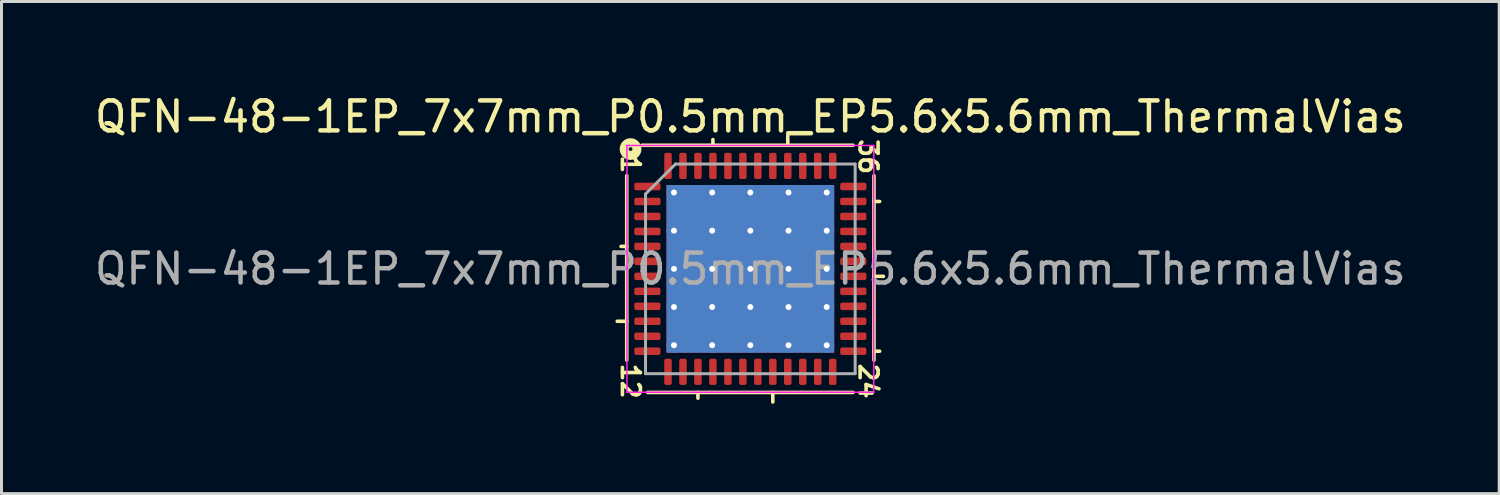
<source format=kicad_pcb>
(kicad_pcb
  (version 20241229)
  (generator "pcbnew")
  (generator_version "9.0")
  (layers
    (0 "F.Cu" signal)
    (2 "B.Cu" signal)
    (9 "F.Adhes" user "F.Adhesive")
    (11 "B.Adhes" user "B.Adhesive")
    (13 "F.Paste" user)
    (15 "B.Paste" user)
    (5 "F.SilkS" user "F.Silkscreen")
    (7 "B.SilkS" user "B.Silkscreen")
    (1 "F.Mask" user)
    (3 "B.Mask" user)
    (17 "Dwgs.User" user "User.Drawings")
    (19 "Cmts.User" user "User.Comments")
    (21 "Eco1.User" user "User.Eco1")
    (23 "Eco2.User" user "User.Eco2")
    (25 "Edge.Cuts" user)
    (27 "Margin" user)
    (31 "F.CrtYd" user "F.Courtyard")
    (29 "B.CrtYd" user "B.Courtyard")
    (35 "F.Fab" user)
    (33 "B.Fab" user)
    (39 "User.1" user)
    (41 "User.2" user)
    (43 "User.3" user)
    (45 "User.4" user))
  (footprint "QFN-48-1EP_7x7mm_P0.5mm_EP5.6x5.6mm_ThermalVias"
    (layer "F.Cu")
    (at 22.006 5.928)
    (property "Reference" "QFN-48-1EP_7x7mm_P0.5mm_EP5.6x5.6mm_ThermalVias" (at 0 -5.08 0) (layer "F.SilkS") (effects (font (size 1 1) (thickness 0.15))))
    (attr smd)
    (fp_line (start -4.128 -3.111) (end -4.128 3.048) (stroke (width 0.12) (type solid)) (layer "F.SilkS"))
    (fp_line (start -4.128 -0.75) (end -4.318 -0.75) (stroke (width 0.12) (type solid)) (layer "F.SilkS"))
    (fp_line (start -4.128 1.75) (end -4.445 1.75) (stroke (width 0.12) (type solid)) (layer "F.SilkS"))
    (fp_line (start -3.429 4.128) (end 3.429 4.128) (stroke (width 0.12) (type solid)) (layer "F.SilkS"))
    (fp_line (start -1.75 4.128) (end -1.75 4.318) (stroke (width 0.12) (type solid)) (layer "F.SilkS"))
    (fp_line (start -1.25 -4.128) (end -1.25 -4.318) (stroke (width 0.12) (type solid)) (layer "F.SilkS"))
    (fp_line (start 0.75 4.128) (end 0.75 4.445) (stroke (width 0.12) (type solid)) (layer "F.SilkS"))
    (fp_line (start 1.25 -4.128) (end 1.25 -4.445) (stroke (width 0.12) (type solid)) (layer "F.SilkS"))
    (fp_line (start 3.429 -4.128) (end -3.619 -4.128) (stroke (width 0.12) (type solid)) (layer "F.SilkS"))
    (fp_line (start 4.128 -2.25) (end 4.318 -2.25) (stroke (width 0.12) (type solid)) (layer "F.SilkS"))
    (fp_line (start 4.128 0.25) (end 4.445 0.25) (stroke (width 0.12) (type solid)) (layer "F.SilkS"))
    (fp_line (start 4.128 2.75) (end 4.318 2.75) (stroke (width 0.12) (type solid)) (layer "F.SilkS"))
    (fp_line (start 4.128 3.048) (end 4.128 -3.111) (stroke (width 0.12) (type solid)) (layer "F.SilkS"))
    (fp_circle (center -4 -4) (end -3.937 -4) (stroke (width 0.3) (type solid)) (fill no) (layer "F.SilkS"))
    (fp_line (start -4.12 -4.12) (end -4.12 4.12) (stroke (width 0.05) (type solid)) (layer "F.CrtYd"))
    (fp_line (start -4.12 4.12) (end 4.12 4.12) (stroke (width 0.05) (type solid)) (layer "F.CrtYd"))
    (fp_line (start 4.12 -4.12) (end -4.12 -4.12) (stroke (width 0.05) (type solid)) (layer "F.CrtYd"))
    (fp_line (start 4.12 4.12) (end 4.12 -4.12) (stroke (width 0.05) (type solid)) (layer "F.CrtYd"))
    (fp_line (start -3.5 -2.5) (end -2.5 -3.5) (stroke (width 0.1) (type solid)) (layer "F.Fab"))
    (fp_line (start -3.5 3.5) (end -3.5 -2.5) (stroke (width 0.1) (type solid)) (layer "F.Fab"))
    (fp_line (start -2.5 -3.5) (end 3.5 -3.5) (stroke (width 0.1) (type solid)) (layer "F.Fab"))
    (fp_line (start 3.5 -3.5) (end 3.5 3.5) (stroke (width 0.1) (type solid)) (layer "F.Fab"))
    (fp_line (start 3.5 3.5) (end -3.5 3.5) (stroke (width 0.1) (type solid)) (layer "F.Fab"))
    (fp_text user "24" (at 3.937 3.747 270) (unlocked yes) (layer "F.SilkS") (effects (font (size 0.6 0.6) (thickness 0.12))))
    (fp_text user "12" (at -4 3.747 270) (unlocked yes) (layer "F.SilkS") (effects (font (size 0.6 0.6) (thickness 0.12))))
    (fp_text user "1" (at -4 -3.493 270) (unlocked yes) (layer "F.SilkS") (effects (font (size 0.6 0.6) (thickness 0.12))))
    (fp_text user "36" (at 3.937 -3.747 270) (unlocked yes) (layer "F.SilkS") (effects (font (size 0.6 0.6) (thickness 0.12))))
    (fp_text user "${REFERENCE}" (at 0 0 0) (layer "F.Fab") (effects (font (size 1 1) (thickness 0.15))))
    (pad "" smd roundrect (at -1.913 -1.913) (size 1.084 1.084) (layers "F.Paste") (roundrect_rratio 0.231))
    (pad "" smd roundrect (at -1.913 -0.637) (size 1.084 1.084) (layers "F.Paste") (roundrect_rratio 0.231))
    (pad "" smd roundrect (at -1.913 0.637) (size 1.084 1.084) (layers "F.Paste") (roundrect_rratio 0.231))
    (pad "" smd roundrect (at -1.913 1.913) (size 1.084 1.084) (layers "F.Paste") (roundrect_rratio 0.231))
    (pad "" smd roundrect (at -0.637 -1.913) (size 1.084 1.084) (layers "F.Paste") (roundrect_rratio 0.231))
    (pad "" smd roundrect (at -0.637 -0.637) (size 1.084 1.084) (layers "F.Paste") (roundrect_rratio 0.231))
    (pad "" smd roundrect (at -0.637 0.637) (size 1.084 1.084) (layers "F.Paste") (roundrect_rratio 0.231))
    (pad "" smd roundrect (at -0.637 1.913) (size 1.084 1.084) (layers "F.Paste") (roundrect_rratio 0.231))
    (pad "" smd roundrect (at 0.637 -1.913) (size 1.084 1.084) (layers "F.Paste") (roundrect_rratio 0.231))
    (pad "" smd roundrect (at 0.637 -0.637) (size 1.084 1.084) (layers "F.Paste") (roundrect_rratio 0.231))
    (pad "" smd roundrect (at 0.637 0.637) (size 1.084 1.084) (layers "F.Paste") (roundrect_rratio 0.231))
    (pad "" smd roundrect (at 0.637 1.913) (size 1.084 1.084) (layers "F.Paste") (roundrect_rratio 0.231))
    (pad "" smd roundrect (at 1.913 -1.913) (size 1.084 1.084) (layers "F.Paste") (roundrect_rratio 0.231))
    (pad "" smd roundrect (at 1.913 -0.637) (size 1.084 1.084) (layers "F.Paste") (roundrect_rratio 0.231))
    (pad "" smd roundrect (at 1.913 0.637) (size 1.084 1.084) (layers "F.Paste") (roundrect_rratio 0.231))
    (pad "" smd roundrect (at 1.913 1.913) (size 1.084 1.084) (layers "F.Paste") (roundrect_rratio 0.231))
    (pad "1" smd roundrect (at -3.438 -2.75) (size 0.875 0.25) (layers "F.Cu" "F.Mask" "F.Paste") (roundrect_rratio 0.25))
    (pad "2" smd roundrect (at -3.438 -2.25) (size 0.875 0.25) (layers "F.Cu" "F.Mask" "F.Paste") (roundrect_rratio 0.25))
    (pad "3" smd roundrect (at -3.438 -1.75) (size 0.875 0.25) (layers "F.Cu" "F.Mask" "F.Paste") (roundrect_rratio 0.25))
    (pad "4" smd roundrect (at -3.438 -1.25) (size 0.875 0.25) (layers "F.Cu" "F.Mask" "F.Paste") (roundrect_rratio 0.25))
    (pad "5" smd roundrect (at -3.438 -0.75) (size 0.875 0.25) (layers "F.Cu" "F.Mask" "F.Paste") (roundrect_rratio 0.25))
    (pad "6" smd roundrect (at -3.438 -0.25) (size 0.875 0.25) (layers "F.Cu" "F.Mask" "F.Paste") (roundrect_rratio 0.25))
    (pad "7" smd roundrect (at -3.438 0.25) (size 0.875 0.25) (layers "F.Cu" "F.Mask" "F.Paste") (roundrect_rratio 0.25))
    (pad "8" smd roundrect (at -3.438 0.75) (size 0.875 0.25) (layers "F.Cu" "F.Mask" "F.Paste") (roundrect_rratio 0.25))
    (pad "9" smd roundrect (at -3.438 1.25) (size 0.875 0.25) (layers "F.Cu" "F.Mask" "F.Paste") (roundrect_rratio 0.25))
    (pad "10" smd roundrect (at -3.438 1.75) (size 0.875 0.25) (layers "F.Cu" "F.Mask" "F.Paste") (roundrect_rratio 0.25))
    (pad "11" smd roundrect (at -3.438 2.25) (size 0.875 0.25) (layers "F.Cu" "F.Mask" "F.Paste") (roundrect_rratio 0.25))
    (pad "12" smd roundrect (at -3.438 2.75) (size 0.875 0.25) (layers "F.Cu" "F.Mask" "F.Paste") (roundrect_rratio 0.25))
    (pad "13" smd roundrect (at -2.75 3.438) (size 0.25 0.875) (layers "F.Cu" "F.Mask" "F.Paste") (roundrect_rratio 0.25))
    (pad "14" smd roundrect (at -2.25 3.438) (size 0.25 0.875) (layers "F.Cu" "F.Mask" "F.Paste") (roundrect_rratio 0.25))
    (pad "15" smd roundrect (at -1.75 3.438) (size 0.25 0.875) (layers "F.Cu" "F.Mask" "F.Paste") (roundrect_rratio 0.25))
    (pad "16" smd roundrect (at -1.25 3.438) (size 0.25 0.875) (layers "F.Cu" "F.Mask" "F.Paste") (roundrect_rratio 0.25))
    (pad "17" smd roundrect (at -0.75 3.438) (size 0.25 0.875) (layers "F.Cu" "F.Mask" "F.Paste") (roundrect_rratio 0.25))
    (pad "18" smd roundrect (at -0.25 3.438) (size 0.25 0.875) (layers "F.Cu" "F.Mask" "F.Paste") (roundrect_rratio 0.25))
    (pad "19" smd roundrect (at 0.25 3.438) (size 0.25 0.875) (layers "F.Cu" "F.Mask" "F.Paste") (roundrect_rratio 0.25))
    (pad "20" smd roundrect (at 0.75 3.438) (size 0.25 0.875) (layers "F.Cu" "F.Mask" "F.Paste") (roundrect_rratio 0.25))
    (pad "21" smd roundrect (at 1.25 3.438) (size 0.25 0.875) (layers "F.Cu" "F.Mask" "F.Paste") (roundrect_rratio 0.25))
    (pad "22" smd roundrect (at 1.75 3.438) (size 0.25 0.875) (layers "F.Cu" "F.Mask" "F.Paste") (roundrect_rratio 0.25))
    (pad "23" smd roundrect (at 2.25 3.438) (size 0.25 0.875) (layers "F.Cu" "F.Mask" "F.Paste") (roundrect_rratio 0.25))
    (pad "24" smd roundrect (at 2.75 3.438) (size 0.25 0.875) (layers "F.Cu" "F.Mask" "F.Paste") (roundrect_rratio 0.25))
    (pad "25" smd roundrect (at 3.438 2.75) (size 0.875 0.25) (layers "F.Cu" "F.Mask" "F.Paste") (roundrect_rratio 0.25))
    (pad "26" smd roundrect (at 3.438 2.25) (size 0.875 0.25) (layers "F.Cu" "F.Mask" "F.Paste") (roundrect_rratio 0.25))
    (pad "27" smd roundrect (at 3.438 1.75) (size 0.875 0.25) (layers "F.Cu" "F.Mask" "F.Paste") (roundrect_rratio 0.25))
    (pad "28" smd roundrect (at 3.438 1.25) (size 0.875 0.25) (layers "F.Cu" "F.Mask" "F.Paste") (roundrect_rratio 0.25))
    (pad "29" smd roundrect (at 3.438 0.75) (size 0.875 0.25) (layers "F.Cu" "F.Mask" "F.Paste") (roundrect_rratio 0.25))
    (pad "30" smd roundrect (at 3.438 0.25) (size 0.875 0.25) (layers "F.Cu" "F.Mask" "F.Paste") (roundrect_rratio 0.25))
    (pad "31" smd roundrect (at 3.438 -0.25) (size 0.875 0.25) (layers "F.Cu" "F.Mask" "F.Paste") (roundrect_rratio 0.25))
    (pad "32" smd roundrect (at 3.438 -0.75) (size 0.875 0.25) (layers "F.Cu" "F.Mask" "F.Paste") (roundrect_rratio 0.25))
    (pad "33" smd roundrect (at 3.438 -1.25) (size 0.875 0.25) (layers "F.Cu" "F.Mask" "F.Paste") (roundrect_rratio 0.25))
    (pad "34" smd roundrect (at 3.438 -1.75) (size 0.875 0.25) (layers "F.Cu" "F.Mask" "F.Paste") (roundrect_rratio 0.25))
    (pad "35" smd roundrect (at 3.438 -2.25) (size 0.875 0.25) (layers "F.Cu" "F.Mask" "F.Paste") (roundrect_rratio 0.25))
    (pad "36" smd roundrect (at 3.438 -2.75) (size 0.875 0.25) (layers "F.Cu" "F.Mask" "F.Paste") (roundrect_rratio 0.25))
    (pad "37" smd roundrect (at 2.75 -3.438) (size 0.25 0.875) (layers "F.Cu" "F.Mask" "F.Paste") (roundrect_rratio 0.25))
    (pad "38" smd roundrect (at 2.25 -3.438) (size 0.25 0.875) (layers "F.Cu" "F.Mask" "F.Paste") (roundrect_rratio 0.25))
    (pad "39" smd roundrect (at 1.75 -3.438) (size 0.25 0.875) (layers "F.Cu" "F.Mask" "F.Paste") (roundrect_rratio 0.25))
    (pad "40" smd roundrect (at 1.25 -3.438) (size 0.25 0.875) (layers "F.Cu" "F.Mask" "F.Paste") (roundrect_rratio 0.25))
    (pad "41" smd roundrect (at 0.75 -3.438) (size 0.25 0.875) (layers "F.Cu" "F.Mask" "F.Paste") (roundrect_rratio 0.25))
    (pad "42" smd roundrect (at 0.25 -3.438) (size 0.25 0.875) (layers "F.Cu" "F.Mask" "F.Paste") (roundrect_rratio 0.25))
    (pad "43" smd roundrect (at -0.25 -3.438) (size 0.25 0.875) (layers "F.Cu" "F.Mask" "F.Paste") (roundrect_rratio 0.25))
    (pad "44" smd roundrect (at -0.75 -3.438) (size 0.25 0.875) (layers "F.Cu" "F.Mask" "F.Paste") (roundrect_rratio 0.25))
    (pad "45" smd roundrect (at -1.25 -3.438) (size 0.25 0.875) (layers "F.Cu" "F.Mask" "F.Paste") (roundrect_rratio 0.25))
    (pad "46" smd roundrect (at -1.75 -3.438) (size 0.25 0.875) (layers "F.Cu" "F.Mask" "F.Paste") (roundrect_rratio 0.25))
    (pad "47" smd roundrect (at -2.25 -3.438) (size 0.25 0.875) (layers "F.Cu" "F.Mask" "F.Paste") (roundrect_rratio 0.25))
    (pad "48" smd roundrect (at -2.75 -3.438) (size 0.25 0.875) (layers "F.Cu" "F.Mask" "F.Paste") (roundrect_rratio 0.25))
    (pad "49" thru_hole circle (at -2.55 -2.55) (size 0.5 0.5) (drill 0.2) (layers "*.Cu"))
    (pad "49" thru_hole circle (at -2.55 -1.275) (size 0.5 0.5) (drill 0.2) (layers "*.Cu"))
    (pad "49" thru_hole circle (at -2.55 0) (size 0.5 0.5) (drill 0.2) (layers "*.Cu"))
    (pad "49" thru_hole circle (at -2.55 1.275) (size 0.5 0.5) (drill 0.2) (layers "*.Cu"))
    (pad "49" thru_hole circle (at -2.55 2.55) (size 0.5 0.5) (drill 0.2) (layers "*.Cu"))
    (pad "49" thru_hole circle (at -1.275 -2.55) (size 0.5 0.5) (drill 0.2) (layers "*.Cu"))
    (pad "49" thru_hole circle (at -1.275 -1.275) (size 0.5 0.5) (drill 0.2) (layers "*.Cu"))
    (pad "49" thru_hole circle (at -1.275 0) (size 0.5 0.5) (drill 0.2) (layers "*.Cu"))
    (pad "49" thru_hole circle (at -1.275 1.275) (size 0.5 0.5) (drill 0.2) (layers "*.Cu"))
    (pad "49" thru_hole circle (at -1.275 2.55) (size 0.5 0.5) (drill 0.2) (layers "*.Cu"))
    (pad "49" thru_hole circle (at 0 -2.55) (size 0.5 0.5) (drill 0.2) (layers "*.Cu"))
    (pad "49" thru_hole circle (at 0 -1.275) (size 0.5 0.5) (drill 0.2) (layers "*.Cu"))
    (pad "49" thru_hole circle (at 0 0) (size 0.5 0.5) (drill 0.2) (layers "*.Cu"))
    (pad "49" smd rect (at 0 0) (size 5.6 5.6) (layers "F.Cu" "F.Mask"))
    (pad "49" smd rect (at 0 0) (size 5.6 5.6) (layers "B.Cu" "B.Mask"))
    (pad "49" thru_hole circle (at 0 1.275) (size 0.5 0.5) (drill 0.2) (layers "*.Cu"))
    (pad "49" thru_hole circle (at 0 2.55) (size 0.5 0.5) (drill 0.2) (layers "*.Cu"))
    (pad "49" thru_hole circle (at 1.275 -2.55) (size 0.5 0.5) (drill 0.2) (layers "*.Cu"))
    (pad "49" thru_hole circle (at 1.275 -1.275) (size 0.5 0.5) (drill 0.2) (layers "*.Cu"))
    (pad "49" thru_hole circle (at 1.275 0) (size 0.5 0.5) (drill 0.2) (layers "*.Cu"))
    (pad "49" thru_hole circle (at 1.275 1.275) (size 0.5 0.5) (drill 0.2) (layers "*.Cu"))
    (pad "49" thru_hole circle (at 1.275 2.55) (size 0.5 0.5) (drill 0.2) (layers "*.Cu"))
    (pad "49" thru_hole circle (at 2.55 -2.55) (size 0.5 0.5) (drill 0.2) (layers "*.Cu"))
    (pad "49" thru_hole circle (at 2.55 -1.275) (size 0.5 0.5) (drill 0.2) (layers "*.Cu"))
    (pad "49" thru_hole circle (at 2.55 0) (size 0.5 0.5) (drill 0.2) (layers "*.Cu"))
    (pad "49" thru_hole circle (at 2.55 1.275) (size 0.5 0.5) (drill 0.2) (layers "*.Cu"))
    (pad "49" thru_hole circle (at 2.55 2.55) (size 0.5 0.5) (drill 0.2) (layers "*.Cu")))
  (gr_rect
    (start -3 -3)
    (end 47.012 13.433)
    (stroke (width 0.1) (type default))
    (fill no)
    (layer "Edge.Cuts")))
</source>
